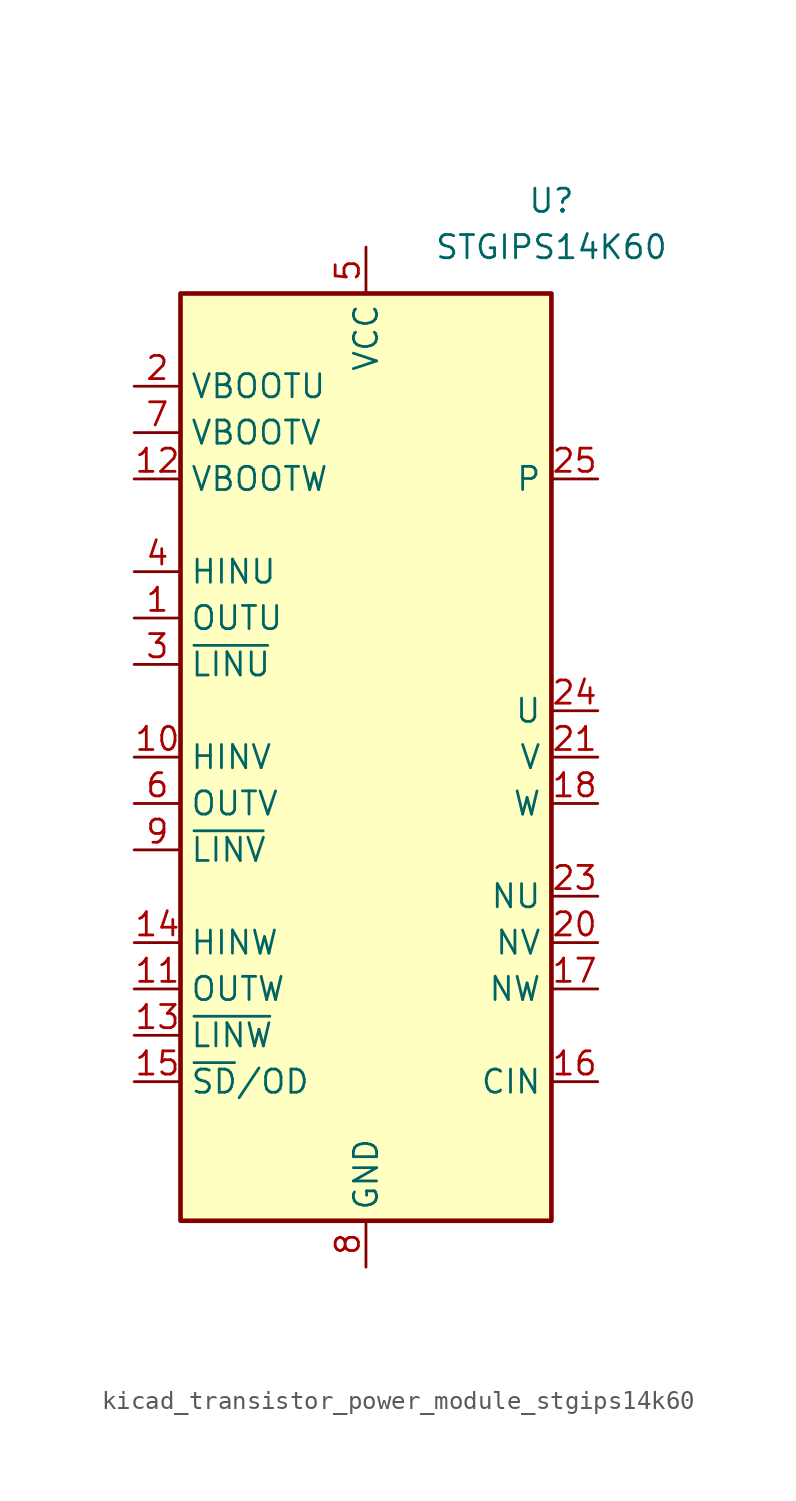
<source format=kicad_sym>
(kicad_symbol_lib
  (version 20220914)
  (generator kicad_symbol_editor)
  (symbol "kicad_transistor_power_module_stgips14k60"
    (property "Reference" "U"
      (at 10.16 30.48 0)
      (effects (font (size 1.27 1.27))))
    (property "Value" "STGIPS14K60"
      (at 10.16 27.94 0)
      (effects (font (size 1.27 1.27))))
    (symbol "kicad_transistor_power_module_stgips14k60_0_1"
      (rectangle (start -10.16 25.4) (end 10.16 -25.4) (stroke (width 0.254) (type default)) (fill (type background))))
    (symbol "kicad_transistor_power_module_stgips14k60_1_1"
      (pin output line (at -12.7 7.62 0) (length 2.54) (name "OUTU" (effects (font (size 1.27 1.27)))) (number "1" (effects (font (size 1.27 1.27)))))
      (pin input line (at -12.7 0 0) (length 2.54) (name "HINV" (effects (font (size 1.27 1.27)))) (number "10" (effects (font (size 1.27 1.27)))))
      (pin output line (at -12.7 -12.7 0) (length 2.54) (name "OUTW" (effects (font (size 1.27 1.27)))) (number "11" (effects (font (size 1.27 1.27)))))
      (pin passive line (at -12.7 15.24 0) (length 2.54) (name "VBOOTW" (effects (font (size 1.27 1.27)))) (number "12" (effects (font (size 1.27 1.27)))))
      (pin input line (at -12.7 -15.24 0) (length 2.54) (name "~{LINW}" (effects (font (size 1.27 1.27)))) (number "13" (effects (font (size 1.27 1.27)))))
      (pin input line (at -12.7 -10.16 0) (length 2.54) (name "HINW" (effects (font (size 1.27 1.27)))) (number "14" (effects (font (size 1.27 1.27)))))
      (pin input line (at -12.7 -17.78 0) (length 2.54) (name "~{SD}/OD" (effects (font (size 1.27 1.27)))) (number "15" (effects (font (size 1.27 1.27)))))
      (pin input line (at 12.7 -17.78 180) (length 2.54) (name "CIN" (effects (font (size 1.27 1.27)))) (number "16" (effects (font (size 1.27 1.27)))))
      (pin passive line (at 12.7 -12.7 180) (length 2.54) (name "NW" (effects (font (size 1.27 1.27)))) (number "17" (effects (font (size 1.27 1.27)))))
      (pin passive line (at 12.7 -2.54 180) (length 2.54) (name "W" (effects (font (size 1.27 1.27)))) (number "18" (effects (font (size 1.27 1.27)))))
      (pin passive line (at 12.7 15.24 180) (length 2.54) hide (name "P" (effects (font (size 1.27 1.27)))) (number "19" (effects (font (size 1.27 1.27)))))
      (pin passive line (at -12.7 20.32 0) (length 2.54) (name "VBOOTU" (effects (font (size 1.27 1.27)))) (number "2" (effects (font (size 1.27 1.27)))))
      (pin passive line (at 12.7 -10.16 180) (length 2.54) (name "NV" (effects (font (size 1.27 1.27)))) (number "20" (effects (font (size 1.27 1.27)))))
      (pin passive line (at 12.7 0 180) (length 2.54) (name "V" (effects (font (size 1.27 1.27)))) (number "21" (effects (font (size 1.27 1.27)))))
      (pin passive line (at 12.7 15.24 180) (length 2.54) hide (name "P" (effects (font (size 1.27 1.27)))) (number "22" (effects (font (size 1.27 1.27)))))
      (pin passive line (at 12.7 -7.62 180) (length 2.54) (name "NU" (effects (font (size 1.27 1.27)))) (number "23" (effects (font (size 1.27 1.27)))))
      (pin passive line (at 12.7 2.54 180) (length 2.54) (name "U" (effects (font (size 1.27 1.27)))) (number "24" (effects (font (size 1.27 1.27)))))
      (pin passive line (at 12.7 15.24 180) (length 2.54) (name "P" (effects (font (size 1.27 1.27)))) (number "25" (effects (font (size 1.27 1.27)))))
      (pin input line (at -12.7 5.08 0) (length 2.54) (name "~{LINU}" (effects (font (size 1.27 1.27)))) (number "3" (effects (font (size 1.27 1.27)))))
      (pin input line (at -12.7 10.16 0) (length 2.54) (name "HINU" (effects (font (size 1.27 1.27)))) (number "4" (effects (font (size 1.27 1.27)))))
      (pin power_in line (at 0 27.94 270) (length 2.54) (name "VCC" (effects (font (size 1.27 1.27)))) (number "5" (effects (font (size 1.27 1.27)))))
      (pin output line (at -12.7 -2.54 0) (length 2.54) (name "OUTV" (effects (font (size 1.27 1.27)))) (number "6" (effects (font (size 1.27 1.27)))))
      (pin passive line (at -12.7 17.78 0) (length 2.54) (name "VBOOTV" (effects (font (size 1.27 1.27)))) (number "7" (effects (font (size 1.27 1.27)))))
      (pin power_in line (at 0 -27.94 90) (length 2.54) (name "GND" (effects (font (size 1.27 1.27)))) (number "8" (effects (font (size 1.27 1.27)))))
      (pin input line (at -12.7 -5.08 0) (length 2.54) (name "~{LINV}" (effects (font (size 1.27 1.27)))) (number "9" (effects (font (size 1.27 1.27))))))))
</source>
